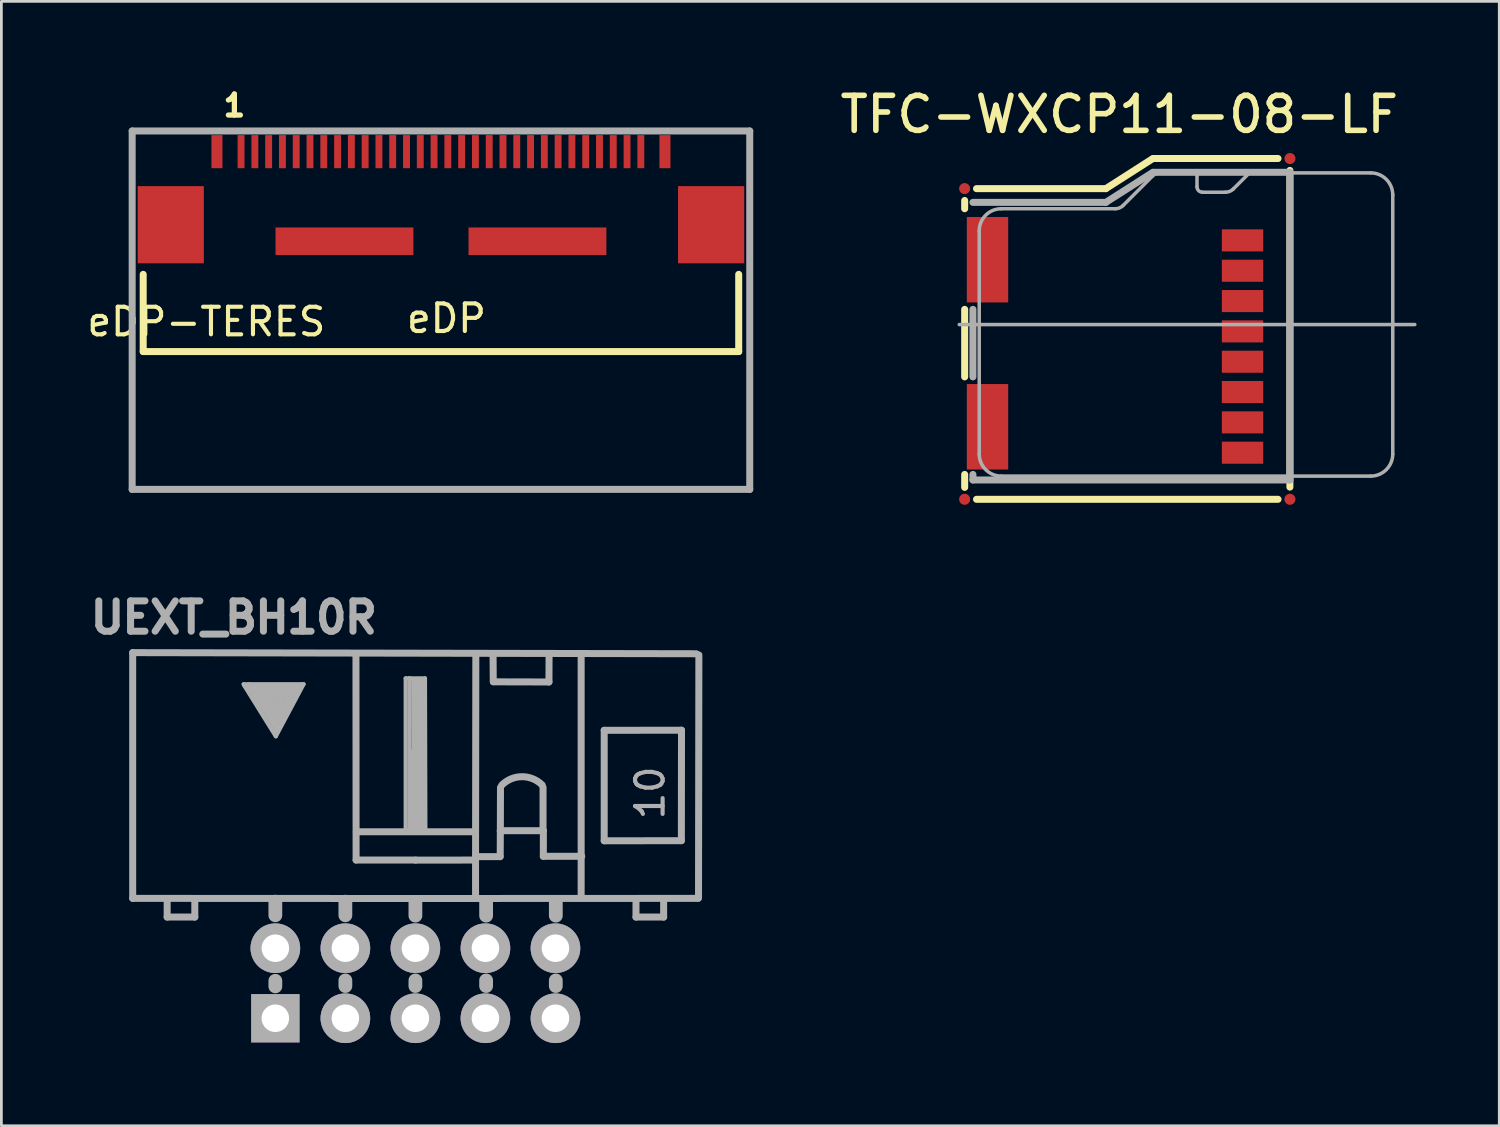
<source format=kicad_pcb>
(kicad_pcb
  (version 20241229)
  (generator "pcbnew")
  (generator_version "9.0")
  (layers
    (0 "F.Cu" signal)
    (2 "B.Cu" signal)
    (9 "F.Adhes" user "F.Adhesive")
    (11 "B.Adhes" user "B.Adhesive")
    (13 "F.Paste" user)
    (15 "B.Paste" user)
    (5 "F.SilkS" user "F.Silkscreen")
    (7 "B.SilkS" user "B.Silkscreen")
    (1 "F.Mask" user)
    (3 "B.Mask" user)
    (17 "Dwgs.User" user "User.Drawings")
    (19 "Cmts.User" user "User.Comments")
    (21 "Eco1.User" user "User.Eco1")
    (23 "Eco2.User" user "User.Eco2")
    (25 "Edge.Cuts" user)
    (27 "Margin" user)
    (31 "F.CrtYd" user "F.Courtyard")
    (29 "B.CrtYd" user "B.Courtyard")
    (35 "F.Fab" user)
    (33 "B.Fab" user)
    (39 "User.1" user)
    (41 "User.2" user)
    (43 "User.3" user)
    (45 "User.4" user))
  (footprint "TFC-WXCP11-08-LF"
    (layer "F.Cu")
    (at 38.018 9.52)
    (property "Reference" "TFC-WXCP11-08-LF" (at -0.47 -8.42 0) (layer "F.SilkS") (effects (font (size 1.27 1.27) (thickness 0.203))))
    (attr smd)
    (fp_line (start -6.078 -4.999) (end -6.078 -5.298) (stroke (width 0.254) (type solid)) (layer "F.SilkS"))
    (fp_line (start -6.078 1.1) (end -6.078 -1.349) (stroke (width 0.254) (type solid)) (layer "F.SilkS"))
    (fp_line (start -6.078 5.108) (end -6.078 4.638) (stroke (width 0.254) (type solid)) (layer "F.SilkS"))
    (fp_line (start -5.649 -5.728) (end -0.958 -5.728) (stroke (width 0.254) (type solid)) (layer "F.SilkS"))
    (fp_line (start -0.958 -5.728) (end 0.749 -6.82) (stroke (width 0.254) (type solid)) (layer "F.SilkS"))
    (fp_line (start 5.288 -6.82) (end 0.77 -6.82) (stroke (width 0.254) (type solid)) (layer "F.SilkS"))
    (fp_line (start 5.288 5.54) (end -5.649 5.54) (stroke (width 0.254) (type solid)) (layer "F.SilkS"))
    (fp_line (start 5.718 5.098) (end 5.718 -6.388) (stroke (width 0.254) (type solid)) (layer "F.SilkS"))
    (fp_line (start -6.274 -0.798) (end 10.249 -0.798) (stroke (width 0.127) (type solid)) (layer "F.Fab"))
    (fp_line (start -5.779 -5.23) (end -0.958 -5.23) (stroke (width 0.254) (type solid)) (layer "F.Fab"))
    (fp_line (start -5.779 1.1) (end -5.779 -1.349) (stroke (width 0.254) (type solid)) (layer "F.Fab"))
    (fp_line (start -5.779 4.839) (end -5.779 4.638) (stroke (width 0.254) (type solid)) (layer "F.Fab"))
    (fp_line (start -5.55 3.899) (end -5.55 -4.199) (stroke (width 0.127) (type solid)) (layer "F.Fab"))
    (fp_line (start -4.75 -4.999) (end -0.615 -4.999) (stroke (width 0.127) (type solid)) (layer "F.Fab"))
    (fp_line (start -0.958 -5.23) (end 0.749 -6.32) (stroke (width 0.254) (type solid)) (layer "F.Fab"))
    (fp_line (start -0.333 -5.116) (end 0.732 -6.182) (stroke (width 0.127) (type solid)) (layer "F.Fab"))
    (fp_line (start 1.013 -6.299) (end 2.248 -6.299) (stroke (width 0.127) (type solid)) (layer "F.Fab"))
    (fp_line (start 2.349 -6.198) (end 2.349 -5.799) (stroke (width 0.127) (type solid)) (layer "F.Fab"))
    (fp_line (start 2.548 -5.598) (end 3.383 -5.598) (stroke (width 0.127) (type solid)) (layer "F.Fab"))
    (fp_line (start 3.665 -5.715) (end 4.249 -6.299) (stroke (width 0.127) (type solid)) (layer "F.Fab"))
    (fp_line (start 4.249 -6.299) (end 8.649 -6.299) (stroke (width 0.127) (type solid)) (layer "F.Fab"))
    (fp_line (start 5.718 -6.32) (end 0.77 -6.32) (stroke (width 0.254) (type solid)) (layer "F.Fab"))
    (fp_line (start 5.718 4.839) (end -5.779 4.839) (stroke (width 0.254) (type solid)) (layer "F.Fab"))
    (fp_line (start 5.718 4.839) (end 5.718 -6.32) (stroke (width 0.254) (type solid)) (layer "F.Fab"))
    (fp_line (start 8.649 4.699) (end -4.75 4.699) (stroke (width 0.127) (type solid)) (layer "F.Fab"))
    (fp_line (start 9.449 -5.499) (end 9.449 3.899) (stroke (width 0.127) (type solid)) (layer "F.Fab"))
    (fp_arc (start -5.5499 -4.19862) (mid -5.315556 -4.764376) (end -4.7498 -4.99872) (stroke (width 0.127) (type solid)) (layer "F.Fab"))
    (fp_arc (start -4.7498 4.699) (mid -5.315556 4.464656) (end -5.5499 3.8989) (stroke (width 0.127) (type solid)) (layer "F.Fab"))
    (fp_arc (start -0.33274 -5.11556) (mid -0.462095 -5.029128) (end -0.61468 -4.998777) (stroke (width 0.127) (type solid)) (layer "F.Fab"))
    (fp_arc (start 0.73152 -6.18236) (mid 0.861524 -6.268467) (end 1.014557 -6.298402) (stroke (width 0.127) (type solid)) (layer "F.Fab"))
    (fp_arc (start 2.2479 -6.2992) (mid 2.319742 -6.269442) (end 2.3495 -6.1976) (stroke (width 0.127) (type solid)) (layer "F.Fab"))
    (fp_arc (start 2.54762 -5.59816) (mid 2.405732 -5.656932) (end 2.34696 -5.79882) (stroke (width 0.127) (type solid)) (layer "F.Fab"))
    (fp_arc (start 3.66522 -5.715) (mid 3.534893 -5.628761) (end 3.381484 -5.598961) (stroke (width 0.127) (type solid)) (layer "F.Fab"))
    (fp_arc (start 8.6487 -6.2992) (mid 9.214456 -6.064856) (end 9.4488 -5.4991) (stroke (width 0.127) (type solid)) (layer "F.Fab"))
    (fp_arc (start 9.4488 3.8989) (mid 9.214456 4.464656) (end 8.6487 4.699) (stroke (width 0.127) (type solid)) (layer "F.Fab"))
    (pad "1" smd rect (at 4 -3.85 90) (size 0.8 1.5) (layers "F.Cu" "F.Mask" "F.Paste"))
    (pad "2" smd rect (at 4 -2.75 90) (size 0.8 1.5) (layers "F.Cu" "F.Mask" "F.Paste"))
    (pad "3" smd rect (at 4 -1.65 90) (size 0.8 1.5) (layers "F.Cu" "F.Mask" "F.Paste"))
    (pad "4" smd rect (at 4 -0.55 90) (size 0.8 1.5) (layers "F.Cu" "F.Mask" "F.Paste"))
    (pad "5" smd rect (at 4 0.55 90) (size 0.8 1.5) (layers "F.Cu" "F.Mask" "F.Paste"))
    (pad "6" smd rect (at 4 1.65 90) (size 0.8 1.5) (layers "F.Cu" "F.Mask" "F.Paste"))
    (pad "7" smd rect (at 4 2.75 90) (size 0.8 1.5) (layers "F.Cu" "F.Mask" "F.Paste"))
    (pad "8" smd rect (at 4 3.85 90) (size 0.8 1.5) (layers "F.Cu" "F.Mask" "F.Paste"))
    (pad "FID1" smd circle (at 5.72 -6.82 90) (size 0.4 0.4) (layers "F.Cu" "F.Mask"))
    (pad "FID2" smd circle (at -6.08 -5.73 90) (size 0.4 0.4) (layers "F.Cu" "F.Mask"))
    (pad "FID3" smd circle (at -6.08 5.54 90) (size 0.4 0.4) (layers "F.Cu" "F.Mask"))
    (pad "FID4" smd circle (at 5.72 5.54 90) (size 0.4 0.4) (layers "F.Cu" "F.Mask"))
    (pad "SH1" smd rect (at -5.25 2.91 90) (size 3.1 1.5) (layers "F.Cu" "F.Mask" "F.Paste"))
    (pad "SH2" smd rect (at -5.25 -3.15 90) (size 3.1 1.5) (layers "F.Cu" "F.Mask" "F.Paste")))
  (footprint "UEXT_BH10R"
    (layer "F.Cu")
    (at 12.017 32.613)
    (property "Reference" "UEXT_BH10R" (at -6.586 -13.264 0) (layer "F.Fab") (effects (font (size 1.1 1.1) (thickness 0.254))))
    (attr smd)
    (fp_line (start -10.254 -11.991) (end 10.185 -11.951) (stroke (width 0.254) (type solid)) (layer "F.Fab"))
    (fp_line (start -10.254 -3.078) (end -10.254 -11.991) (stroke (width 0.254) (type solid)) (layer "F.Fab"))
    (fp_line (start -9.004 -3.061) (end -9.004 -2.4) (stroke (width 0.254) (type solid)) (layer "F.Fab"))
    (fp_line (start -9.004 -2.4) (end -8.001 -2.4) (stroke (width 0.254) (type solid)) (layer "F.Fab"))
    (fp_line (start -8.001 -2.4) (end -8.001 -3.073) (stroke (width 0.254) (type solid)) (layer "F.Fab"))
    (fp_line (start -6.19 -10.77) (end -6.236 -10.846) (stroke (width 0.15) (type solid)) (layer "F.Fab"))
    (fp_line (start -6.053 -10.846) (end -4.056 -10.846) (stroke (width 0.15) (type solid)) (layer "F.Fab"))
    (fp_line (start -6.038 -10.762) (end -5.062 -9.215) (stroke (width 0.15) (type solid)) (layer "F.Fab"))
    (fp_line (start -6.017 -10.841) (end -6.21 -10.846) (stroke (width 0.15) (type solid)) (layer "F.Fab"))
    (fp_line (start -5.908 -10.77) (end -5.077 -9.428) (stroke (width 0.15) (type solid)) (layer "F.Fab"))
    (fp_line (start -5.779 -10.671) (end -5.077 -9.642) (stroke (width 0.15) (type solid)) (layer "F.Fab"))
    (fp_line (start -5.565 -10.564) (end -5.039 -9.817) (stroke (width 0.15) (type solid)) (layer "F.Fab"))
    (fp_line (start -5.337 -10.472) (end -5.047 -10.03) (stroke (width 0.15) (type solid)) (layer "F.Fab"))
    (fp_line (start -5.319 -10.351) (end -5.641 -10.615) (stroke (width 0.15) (type solid)) (layer "F.Fab"))
    (fp_line (start -5.184 -10.434) (end -5.009 -10.328) (stroke (width 0.15) (type solid)) (layer "F.Fab"))
    (fp_line (start -5.116 -10.259) (end -5.108 -10.251) (stroke (width 0.15) (type solid)) (layer "F.Fab"))
    (fp_line (start -5.08 -2.959) (end -5.08 -2.464) (stroke (width 0.5) (type solid)) (layer "F.Fab"))
    (fp_line (start -5.08 -0.089) (end -5.08 0.114) (stroke (width 0.5) (type solid)) (layer "F.Fab"))
    (fp_line (start -5.077 -9.642) (end -4.536 -10.617) (stroke (width 0.15) (type solid)) (layer "F.Fab"))
    (fp_line (start -5.077 -9.428) (end -4.407 -10.686) (stroke (width 0.15) (type solid)) (layer "F.Fab"))
    (fp_line (start -5.062 -9.215) (end -4.247 -10.762) (stroke (width 0.15) (type solid)) (layer "F.Fab"))
    (fp_line (start -5.062 -8.956) (end -6.19 -10.77) (stroke (width 0.15) (type solid)) (layer "F.Fab"))
    (fp_line (start -5.047 -10.03) (end -4.902 -10.48) (stroke (width 0.15) (type solid)) (layer "F.Fab"))
    (fp_line (start -5.039 -9.817) (end -4.75 -10.556) (stroke (width 0.15) (type solid)) (layer "F.Fab"))
    (fp_line (start -5.009 -10.328) (end -5.116 -10.259) (stroke (width 0.15) (type solid)) (layer "F.Fab"))
    (fp_line (start -5.001 -9.406) (end -5.062 -9.108) (stroke (width 0.15) (type solid)) (layer "F.Fab"))
    (fp_line (start -4.902 -10.48) (end -5.184 -10.434) (stroke (width 0.15) (type solid)) (layer "F.Fab"))
    (fp_line (start -4.75 -10.556) (end -5.337 -10.472) (stroke (width 0.15) (type solid)) (layer "F.Fab"))
    (fp_line (start -4.605 -10.668) (end -4.712 -10.472) (stroke (width 0.15) (type solid)) (layer "F.Fab"))
    (fp_line (start -4.536 -10.617) (end -5.565 -10.564) (stroke (width 0.15) (type solid)) (layer "F.Fab"))
    (fp_line (start -4.407 -10.686) (end -5.779 -10.671) (stroke (width 0.15) (type solid)) (layer "F.Fab"))
    (fp_line (start -4.247 -10.762) (end -5.908 -10.77) (stroke (width 0.15) (type solid)) (layer "F.Fab"))
    (fp_line (start -4.056 -10.846) (end -5.062 -8.956) (stroke (width 0.15) (type solid)) (layer "F.Fab"))
    (fp_line (start -2.54 -2.959) (end -2.54 -2.464) (stroke (width 0.5) (type solid)) (layer "F.Fab"))
    (fp_line (start -2.54 -0.102) (end -2.54 0.102) (stroke (width 0.5) (type solid)) (layer "F.Fab"))
    (fp_line (start -2.151 -4.468) (end -2.156 -11.923) (stroke (width 0.254) (type solid)) (layer "F.Fab"))
    (fp_line (start -2.141 -5.494) (end 2.159 -5.494) (stroke (width 0.254) (type solid)) (layer "F.Fab"))
    (fp_line (start -0.353 -11.059) (end 0.348 -11.059) (stroke (width 0.15) (type solid)) (layer "F.Fab"))
    (fp_line (start -0.353 -5.502) (end -0.353 -11.059) (stroke (width 0.15) (type solid)) (layer "F.Fab"))
    (fp_line (start -0.216 -11.067) (end -0.216 -5.588) (stroke (width 0.15) (type solid)) (layer "F.Fab"))
    (fp_line (start -0.137 -5.596) (end 0.254 -5.598) (stroke (width 0.15) (type solid)) (layer "F.Fab"))
    (fp_line (start -0.124 -6.37) (end -0.137 -5.596) (stroke (width 0.15) (type solid)) (layer "F.Fab"))
    (fp_line (start -0.112 -8.415) (end -0.14 -6.18) (stroke (width 0.15) (type solid)) (layer "F.Fab"))
    (fp_line (start -0.079 -11.013) (end -0.064 -5.634) (stroke (width 0.15) (type solid)) (layer "F.Fab"))
    (fp_line (start 0 -3.073) (end -10.254 -3.078) (stroke (width 0.254) (type solid)) (layer "F.Fab"))
    (fp_line (start 0 -3.073) (end 10.254 -3.078) (stroke (width 0.254) (type solid)) (layer "F.Fab"))
    (fp_line (start 0 -2.946) (end 0 -2.451) (stroke (width 0.5) (type solid)) (layer "F.Fab"))
    (fp_line (start 0 -0.102) (end 0 0.102) (stroke (width 0.5) (type solid)) (layer "F.Fab"))
    (fp_line (start 0.005 -4.468) (end -2.151 -4.468) (stroke (width 0.254) (type solid)) (layer "F.Fab"))
    (fp_line (start 0.008 -4.465) (end 2.159 -4.468) (stroke (width 0.254) (type solid)) (layer "F.Fab"))
    (fp_line (start 0.043 -11.013) (end 0.028 -5.618) (stroke (width 0.15) (type solid)) (layer "F.Fab"))
    (fp_line (start 0.165 -11.013) (end 0.15 -5.649) (stroke (width 0.15) (type solid)) (layer "F.Fab"))
    (fp_line (start 0.287 -11.029) (end 0.241 -5.649) (stroke (width 0.15) (type solid)) (layer "F.Fab"))
    (fp_line (start 0.348 -11.059) (end 0.363 -5.512) (stroke (width 0.15) (type solid)) (layer "F.Fab"))
    (fp_line (start 2.179 -4.592) (end 3.071 -4.592) (stroke (width 0.254) (type solid)) (layer "F.Fab"))
    (fp_line (start 2.182 -4.481) (end 2.182 -3.147) (stroke (width 0.254) (type solid)) (layer "F.Fab"))
    (fp_line (start 2.182 -4.453) (end 2.192 -11.897) (stroke (width 0.254) (type solid)) (layer "F.Fab"))
    (fp_line (start 2.565 -2.946) (end 2.565 -2.451) (stroke (width 0.5) (type solid)) (layer "F.Fab"))
    (fp_line (start 2.565 -0.102) (end 2.565 0.102) (stroke (width 0.5) (type solid)) (layer "F.Fab"))
    (fp_line (start 2.817 -11.935) (end 2.824 -10.937) (stroke (width 0.254) (type solid)) (layer "F.Fab"))
    (fp_line (start 2.832 -10.932) (end 4.844 -10.927) (stroke (width 0.254) (type solid)) (layer "F.Fab"))
    (fp_line (start 3.076 -4.592) (end 3.081 -5.532) (stroke (width 0.254) (type solid)) (layer "F.Fab"))
    (fp_line (start 3.081 -5.532) (end 4.641 -5.532) (stroke (width 0.254) (type solid)) (layer "F.Fab"))
    (fp_line (start 3.081 -5.507) (end 3.086 -7.102) (stroke (width 0.254) (type solid)) (layer "F.Fab"))
    (fp_line (start 4.63 -5.527) (end 4.63 -7.102) (stroke (width 0.254) (type solid)) (layer "F.Fab"))
    (fp_line (start 4.641 -5.532) (end 4.641 -4.602) (stroke (width 0.254) (type solid)) (layer "F.Fab"))
    (fp_line (start 4.844 -10.927) (end 4.849 -11.938) (stroke (width 0.254) (type solid)) (layer "F.Fab"))
    (fp_line (start 5.093 -2.946) (end 5.093 -2.451) (stroke (width 0.5) (type solid)) (layer "F.Fab"))
    (fp_line (start 5.093 -0.102) (end 5.093 0.102) (stroke (width 0.5) (type solid)) (layer "F.Fab"))
    (fp_line (start 6.012 -11.963) (end 6.012 -3.165) (stroke (width 0.254) (type solid)) (layer "F.Fab"))
    (fp_line (start 6.032 -4.605) (end 4.638 -4.605) (stroke (width 0.254) (type solid)) (layer "F.Fab"))
    (fp_line (start 6.848 -9.174) (end 6.848 -5.169) (stroke (width 0.254) (type solid)) (layer "F.Fab"))
    (fp_line (start 6.848 -5.166) (end 9.647 -5.171) (stroke (width 0.254) (type solid)) (layer "F.Fab"))
    (fp_line (start 8.001 -3.073) (end 8.001 -2.4) (stroke (width 0.254) (type solid)) (layer "F.Fab"))
    (fp_line (start 8.001 -2.4) (end 9.004 -2.4) (stroke (width 0.254) (type solid)) (layer "F.Fab"))
    (fp_line (start 9.004 -2.4) (end 9.004 -3.073) (stroke (width 0.254) (type solid)) (layer "F.Fab"))
    (fp_line (start 9.647 -5.171) (end 9.652 -9.177) (stroke (width 0.254) (type solid)) (layer "F.Fab"))
    (fp_line (start 9.652 -9.177) (end 6.848 -9.174) (stroke (width 0.254) (type solid)) (layer "F.Fab"))
    (fp_line (start 10.269 -3.089) (end 10.282 -11.908) (stroke (width 0.254) (type solid)) (layer "F.Fab"))
    (fp_arc (start 3.1369 -7.1882) (mid 3.86842 -7.491206) (end 4.59994 -7.1882) (stroke (width 0.254) (type solid)) (layer "F.Fab"))
    (fp_text user "10" (at 8.512 -6.904 90) (layer "F.Fab") (effects (font (size 1 1) (thickness 0.15))))
    (pad "1" thru_hole rect (at -5.08 1.27) (size 1.75 1.75) (drill 1) (layers "*.Cu" "*.Mask" "F.Fab"))
    (pad "2" thru_hole circle (at -5.08 -1.27) (size 1.8 1.8) (drill 1) (layers "*.Cu" "*.Mask" "F.Fab"))
    (pad "3" thru_hole circle (at -2.54 1.27) (size 1.8 1.8) (drill 1) (layers "*.Cu" "*.Mask" "F.Fab"))
    (pad "4" thru_hole circle (at -2.54 -1.27) (size 1.8 1.8) (drill 1) (layers "*.Cu" "*.Mask" "F.Fab"))
    (pad "5" thru_hole circle (at 0 1.27) (size 1.8 1.8) (drill 1) (layers "*.Cu" "*.Mask" "F.Fab"))
    (pad "6" thru_hole circle (at 0 -1.27) (size 1.8 1.8) (drill 1) (layers "*.Cu" "*.Mask" "F.Fab"))
    (pad "7" thru_hole circle (at 2.54 1.27) (size 1.8 1.8) (drill 1) (layers "*.Cu" "*.Mask" "F.Fab"))
    (pad "8" thru_hole circle (at 2.54 -1.27) (size 1.8 1.8) (drill 1) (layers "*.Cu" "*.Mask" "F.Fab"))
    (pad "9" thru_hole circle (at 5.08 1.27) (size 1.8 1.8) (drill 1) (layers "*.Cu" "*.Mask" "F.Fab"))
    (pad "10" thru_hole circle (at 5.08 -1.27) (size 1.8 1.8) (drill 1) (layers "*.Cu" "*.Mask" "F.Fab")))
  (footprint "eDP-TERES"
    (layer "F.Cu")
    (at 12.944 3.701)
    (property "Reference" "eDP-TERES" (at -8.509 4.92 0) (layer "F.SilkS") (effects (font (size 1 1) (thickness 0.15))))
    (attr through_hole)
    (fp_line (start -10.8 3.2) (end -10.8 6) (stroke (width 0.254) (type solid)) (layer "F.SilkS"))
    (fp_line (start -10.8 6) (end 10.8 6) (stroke (width 0.254) (type solid)) (layer "F.SilkS"))
    (fp_line (start 10.8 6) (end 10.8 3.2) (stroke (width 0.254) (type solid)) (layer "F.SilkS"))
    (fp_line (start -11.2 -2) (end -11.2 11) (stroke (width 0.254) (type solid)) (layer "F.Fab"))
    (fp_line (start -11.2 11) (end 11.2 11) (stroke (width 0.254) (type solid)) (layer "F.Fab"))
    (fp_line (start 11.2 -2) (end -11.2 -2) (stroke (width 0.254) (type solid)) (layer "F.Fab"))
    (fp_line (start 11.2 11) (end 11.2 -2) (stroke (width 0.254) (type solid)) (layer "F.Fab"))
    (fp_text user "eDP" (at 0.2 4.8 0) (layer "F.SilkS") (effects (font (size 1 1) (thickness 0.15))))
    (fp_text user "1" (at -7.493 -2.921 0) (layer "F.SilkS") (effects (font (size 0.762 0.762) (thickness 0.191))))
    (pad "0" smd rect (at -9.8 1.4) (size 2.4 2.8) (layers "F.Cu" "F.Mask" "F.Paste"))
    (pad "0" smd rect (at -8.125 -1.25) (size 0.4 1.2) (layers "F.Cu" "F.Mask" "F.Paste"))
    (pad "0" smd rect (at -3.5 2) (size 5 1) (layers "F.Cu" "F.Mask" "F.Paste"))
    (pad "0" smd rect (at 3.5 2) (size 5 1) (layers "F.Cu" "F.Mask" "F.Paste"))
    (pad "0" smd rect (at 8.125 -1.25) (size 0.4 1.2) (layers "F.Cu" "F.Mask" "F.Paste"))
    (pad "0" smd rect (at 9.8 1.4) (size 2.4 2.8) (layers "F.Cu" "F.Mask" "F.Paste"))
    (pad "1" smd rect (at -7.25 -1.25) (size 0.25 1.2) (layers "F.Cu" "F.Mask" "F.Paste"))
    (pad "2" smd rect (at -6.75 -1.25) (size 0.25 1.2) (layers "F.Cu" "F.Mask" "F.Paste"))
    (pad "3" smd rect (at -6.25 -1.25) (size 0.25 1.2) (layers "F.Cu" "F.Mask" "F.Paste"))
    (pad "4" smd rect (at -5.75 -1.25) (size 0.25 1.2) (layers "F.Cu" "F.Mask" "F.Paste"))
    (pad "5" smd rect (at -5.25 -1.25) (size 0.25 1.2) (layers "F.Cu" "F.Mask" "F.Paste"))
    (pad "6" smd rect (at -4.75 -1.25) (size 0.25 1.2) (layers "F.Cu" "F.Mask" "F.Paste"))
    (pad "7" smd rect (at -4.25 -1.25) (size 0.25 1.2) (layers "F.Cu" "F.Mask" "F.Paste"))
    (pad "8" smd rect (at -3.75 -1.25) (size 0.25 1.2) (layers "F.Cu" "F.Mask" "F.Paste"))
    (pad "9" smd rect (at -3.25 -1.25) (size 0.25 1.2) (layers "F.Cu" "F.Mask" "F.Paste"))
    (pad "10" smd rect (at -2.75 -1.25) (size 0.25 1.2) (layers "F.Cu" "F.Mask" "F.Paste"))
    (pad "11" smd rect (at -2.25 -1.25) (size 0.25 1.2) (layers "F.Cu" "F.Mask" "F.Paste"))
    (pad "12" smd rect (at -1.75 -1.25) (size 0.25 1.2) (layers "F.Cu" "F.Mask" "F.Paste"))
    (pad "13" smd rect (at -1.25 -1.25) (size 0.25 1.2) (layers "F.Cu" "F.Mask" "F.Paste"))
    (pad "14" smd rect (at -0.75 -1.25) (size 0.25 1.2) (layers "F.Cu" "F.Mask" "F.Paste"))
    (pad "15" smd rect (at -0.25 -1.25) (size 0.25 1.2) (layers "F.Cu" "F.Mask" "F.Paste"))
    (pad "16" smd rect (at 0.25 -1.25) (size 0.25 1.2) (layers "F.Cu" "F.Mask" "F.Paste"))
    (pad "17" smd rect (at 0.75 -1.25) (size 0.25 1.2) (layers "F.Cu" "F.Mask" "F.Paste"))
    (pad "18" smd rect (at 1.25 -1.25) (size 0.25 1.2) (layers "F.Cu" "F.Mask" "F.Paste"))
    (pad "19" smd rect (at 1.75 -1.25) (size 0.25 1.2) (layers "F.Cu" "F.Mask" "F.Paste"))
    (pad "20" smd rect (at 2.25 -1.25) (size 0.25 1.2) (layers "F.Cu" "F.Mask" "F.Paste"))
    (pad "21" smd rect (at 2.75 -1.25) (size 0.25 1.2) (layers "F.Cu" "F.Mask" "F.Paste"))
    (pad "22" smd rect (at 3.25 -1.25) (size 0.25 1.2) (layers "F.Cu" "F.Mask" "F.Paste"))
    (pad "23" smd rect (at 3.75 -1.25) (size 0.25 1.2) (layers "F.Cu" "F.Mask" "F.Paste"))
    (pad "24" smd rect (at 4.25 -1.25) (size 0.25 1.2) (layers "F.Cu" "F.Mask" "F.Paste"))
    (pad "25" smd rect (at 4.75 -1.25) (size 0.25 1.2) (layers "F.Cu" "F.Mask" "F.Paste"))
    (pad "26" smd rect (at 5.25 -1.25) (size 0.25 1.2) (layers "F.Cu" "F.Mask" "F.Paste"))
    (pad "27" smd rect (at 5.75 -1.25) (size 0.25 1.2) (layers "F.Cu" "F.Mask" "F.Paste"))
    (pad "28" smd rect (at 6.25 -1.25) (size 0.25 1.2) (layers "F.Cu" "F.Mask" "F.Paste"))
    (pad "29" smd rect (at 6.75 -1.25) (size 0.25 1.2) (layers "F.Cu" "F.Mask" "F.Paste"))
    (pad "30" smd rect (at 7.25 -1.25) (size 0.25 1.2) (layers "F.Cu" "F.Mask" "F.Paste")))
  (gr_rect
    (start -3 -3)
    (end 51.33 37.783)
    (stroke (width 0.1) (type default))
    (fill no)
    (layer "Edge.Cuts")))
</source>
